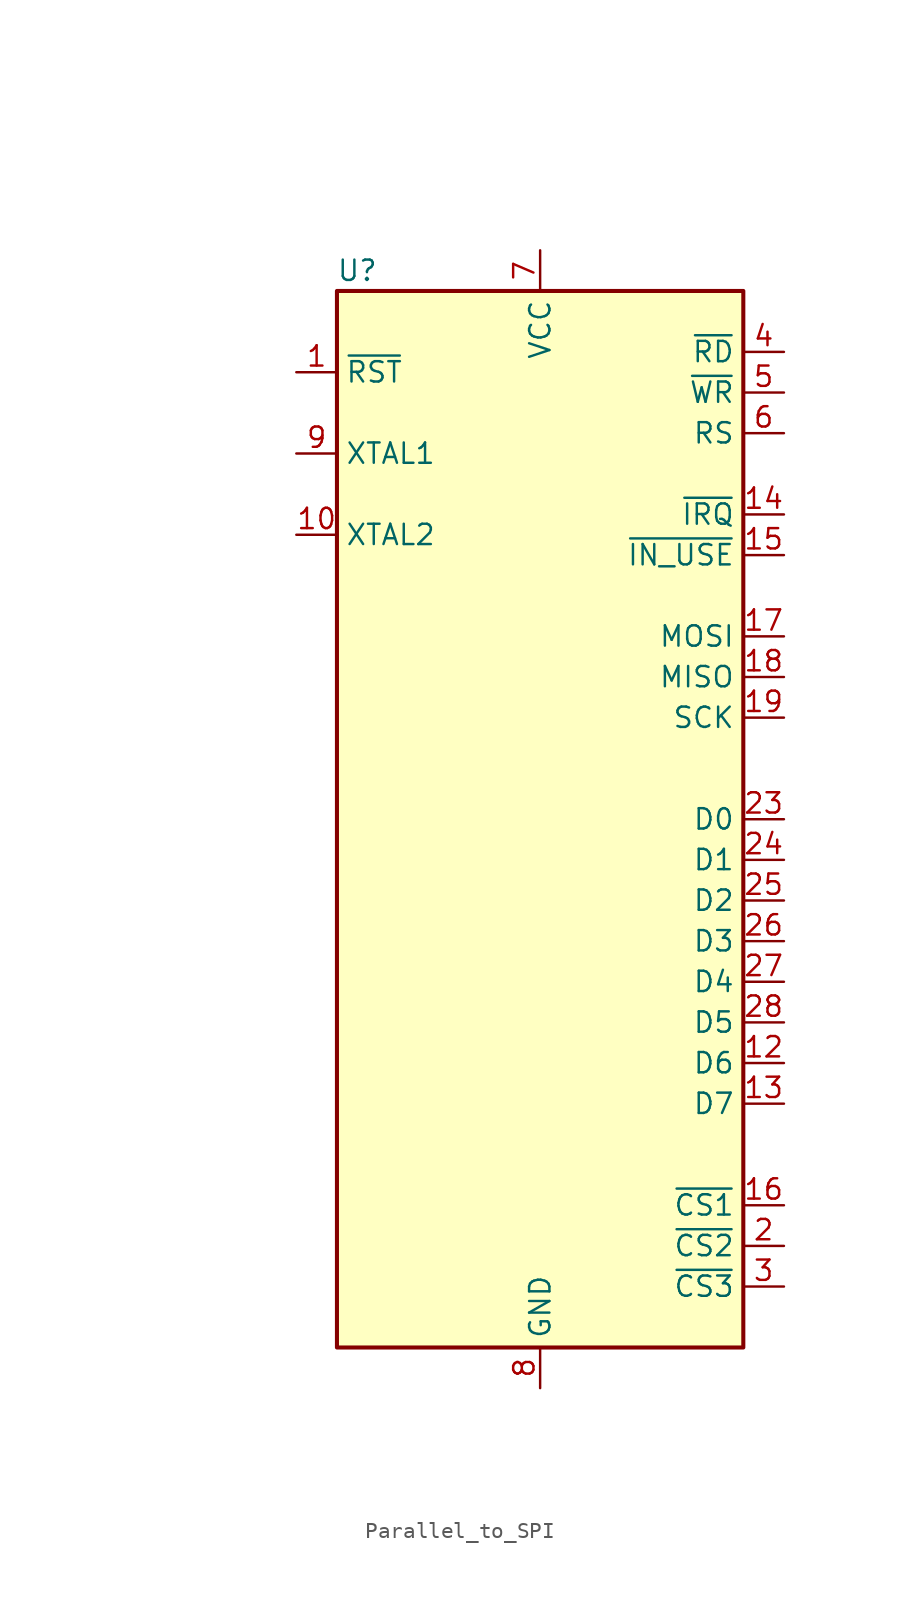
<source format=kicad_sym>
(kicad_symbol_lib
  (version 20220914)
  (generator kicad_symbol_editor)
  (symbol "Parallel_to_SPI"
    (property "Reference" "U"
      (at -11.43 30.48 0)
      (effects (font (size 1.27 1.27))))
    (property "Value" ""
      (at -25.4 35.56 0)
      (effects (font (size 1.27 1.27))))
    (symbol "Parallel_to_SPI_0_1"
      (rectangle (start -12.7 29.21) (end 12.7 -36.83) (stroke (width 0.254) (type default)) (fill (type background))))
    (symbol "Parallel_to_SPI_1_1"
      (pin input line (at -15.24 24.13 0) (length 2.54) (name "~{RST}" (effects (font (size 1.27 1.27)))) (number "1" (effects (font (size 1.27 1.27)))))
      (pin bidirectional line (at -15.24 13.97 0) (length 2.54) (name "XTAL2" (effects (font (size 1.27 1.27)))) (number "10" (effects (font (size 1.27 1.27)))))
      (pin bidirectional line (at 15.24 -19.05 180) (length 2.54) (name "D6" (effects (font (size 1.27 1.27)))) (number "12" (effects (font (size 1.27 1.27)))))
      (pin bidirectional line (at 15.24 -21.59 180) (length 2.54) (name "D7" (effects (font (size 1.27 1.27)))) (number "13" (effects (font (size 1.27 1.27)))))
      (pin bidirectional line (at 15.24 15.24 180) (length 2.54) (name "~{IRQ}" (effects (font (size 1.27 1.27)))) (number "14" (effects (font (size 1.27 1.27)))))
      (pin bidirectional line (at 15.24 12.7 180) (length 2.54) (name "~{IN_USE}" (effects (font (size 1.27 1.27)))) (number "15" (effects (font (size 1.27 1.27)))))
      (pin bidirectional line (at 15.24 -27.94 180) (length 2.54) (name "~{CS1}" (effects (font (size 1.27 1.27)))) (number "16" (effects (font (size 1.27 1.27)))))
      (pin bidirectional line (at 15.24 7.62 180) (length 2.54) (name "MOSI" (effects (font (size 1.27 1.27)))) (number "17" (effects (font (size 1.27 1.27)))))
      (pin bidirectional line (at 15.24 5.08 180) (length 2.54) (name "MISO" (effects (font (size 1.27 1.27)))) (number "18" (effects (font (size 1.27 1.27)))))
      (pin bidirectional line (at 15.24 2.54 180) (length 2.54) (name "SCK" (effects (font (size 1.27 1.27)))) (number "19" (effects (font (size 1.27 1.27)))))
      (pin bidirectional line (at 15.24 -30.48 180) (length 2.54) (name "~{CS2}" (effects (font (size 1.27 1.27)))) (number "2" (effects (font (size 1.27 1.27)))))
      (pin bidirectional line (at 15.24 -3.81 180) (length 2.54) (name "D0" (effects (font (size 1.27 1.27)))) (number "23" (effects (font (size 1.27 1.27)))))
      (pin bidirectional line (at 15.24 -6.35 180) (length 2.54) (name "D1" (effects (font (size 1.27 1.27)))) (number "24" (effects (font (size 1.27 1.27)))))
      (pin bidirectional line (at 15.24 -8.89 180) (length 2.54) (name "D2" (effects (font (size 1.27 1.27)))) (number "25" (effects (font (size 1.27 1.27)))))
      (pin bidirectional line (at 15.24 -11.43 180) (length 2.54) (name "D3" (effects (font (size 1.27 1.27)))) (number "26" (effects (font (size 1.27 1.27)))))
      (pin bidirectional line (at 15.24 -13.97 180) (length 2.54) (name "D4" (effects (font (size 1.27 1.27)))) (number "27" (effects (font (size 1.27 1.27)))))
      (pin bidirectional line (at 15.24 -16.51 180) (length 2.54) (name "D5" (effects (font (size 1.27 1.27)))) (number "28" (effects (font (size 1.27 1.27)))))
      (pin bidirectional line (at 15.24 -33.02 180) (length 2.54) (name "~{CS3}" (effects (font (size 1.27 1.27)))) (number "3" (effects (font (size 1.27 1.27)))))
      (pin bidirectional line (at 15.24 25.4 180) (length 2.54) (name "~{RD}" (effects (font (size 1.27 1.27)))) (number "4" (effects (font (size 1.27 1.27)))))
      (pin bidirectional line (at 15.24 22.86 180) (length 2.54) (name "~{WR}" (effects (font (size 1.27 1.27)))) (number "5" (effects (font (size 1.27 1.27)))))
      (pin bidirectional line (at 15.24 20.32 180) (length 2.54) (name "RS" (effects (font (size 1.27 1.27)))) (number "6" (effects (font (size 1.27 1.27)))))
      (pin power_in line (at 0 31.75 270) (length 2.54) (name "VCC" (effects (font (size 1.27 1.27)))) (number "7" (effects (font (size 1.27 1.27)))))
      (pin power_in line (at 0 -39.37 90) (length 2.54) (name "GND" (effects (font (size 1.27 1.27)))) (number "8" (effects (font (size 1.27 1.27)))))
      (pin bidirectional line (at -15.24 19.05 0) (length 2.54) (name "XTAL1" (effects (font (size 1.27 1.27)))) (number "9" (effects (font (size 1.27 1.27))))))))
</source>
